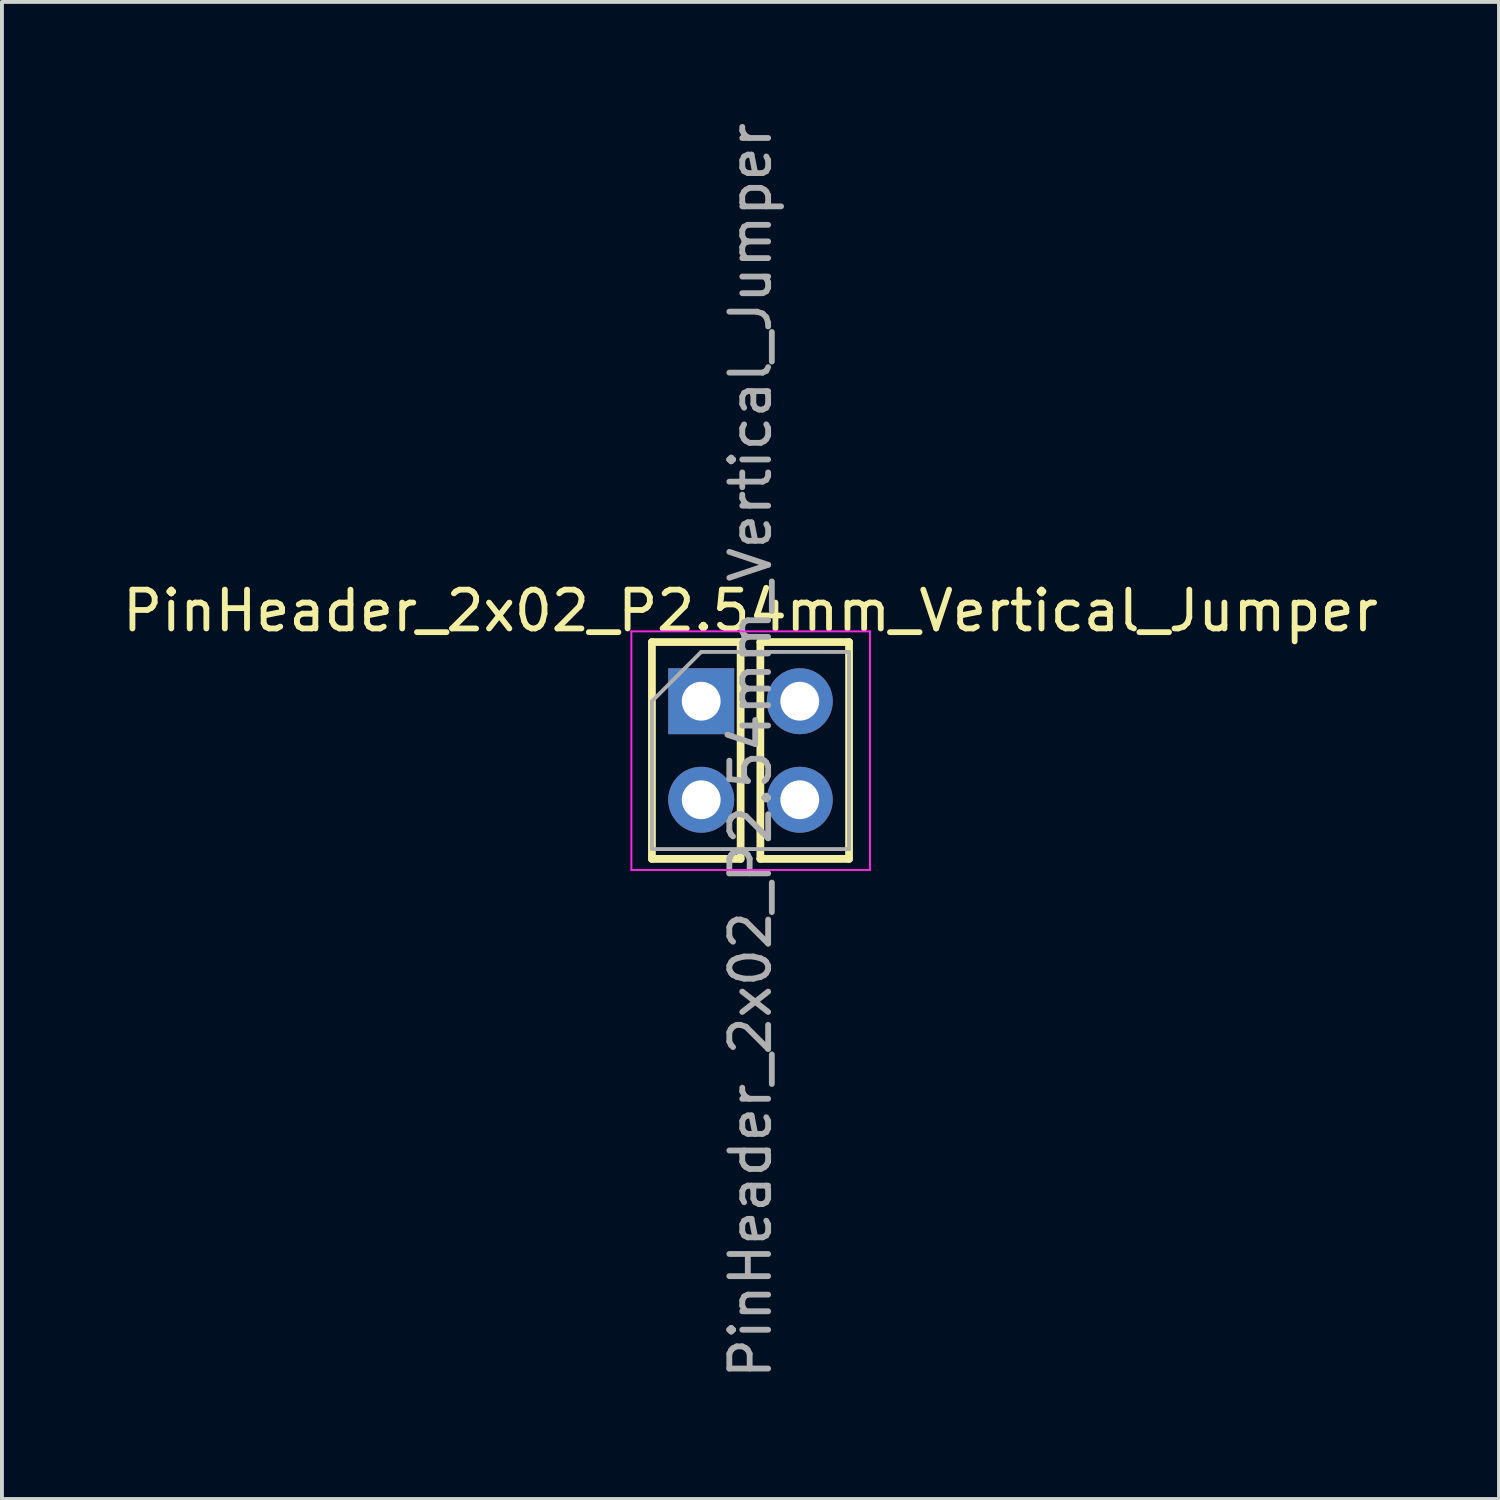
<source format=kicad_pcb>
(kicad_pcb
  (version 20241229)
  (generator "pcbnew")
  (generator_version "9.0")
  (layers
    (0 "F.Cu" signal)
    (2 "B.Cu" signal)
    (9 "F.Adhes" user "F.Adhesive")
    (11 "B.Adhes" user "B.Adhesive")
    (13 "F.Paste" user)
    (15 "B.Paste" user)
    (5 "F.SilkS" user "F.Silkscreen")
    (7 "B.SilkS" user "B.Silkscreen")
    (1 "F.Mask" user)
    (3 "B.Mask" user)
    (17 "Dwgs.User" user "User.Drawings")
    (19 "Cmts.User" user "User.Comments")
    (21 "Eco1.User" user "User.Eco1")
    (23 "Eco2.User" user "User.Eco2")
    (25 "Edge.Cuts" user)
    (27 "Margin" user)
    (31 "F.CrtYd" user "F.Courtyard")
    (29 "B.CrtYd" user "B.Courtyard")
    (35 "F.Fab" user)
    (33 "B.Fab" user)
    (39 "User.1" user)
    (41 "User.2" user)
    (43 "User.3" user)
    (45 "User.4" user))
  (footprint "PinHeader_2x02_P2.54mm_Vertical_Jumper"
    (layer "F.Cu")
    (at 15.022 15.022)
    (property "Reference" "PinHeader_2x02_P2.54mm_Vertical_Jumper" (at 1.27 -2.33 0) (layer "F.SilkS") (effects (font (size 1 1) (thickness 0.15))))
    (attr through_hole)
    (fp_line (start -1.27 -1.524) (end 1.016 -1.524) (stroke (width 0.2) (type solid)) (layer "F.SilkS"))
    (fp_line (start -1.27 4.064) (end -1.27 -1.524) (stroke (width 0.2) (type solid)) (layer "F.SilkS"))
    (fp_line (start 1.016 -1.524) (end 1.016 4.064) (stroke (width 0.2) (type solid)) (layer "F.SilkS"))
    (fp_line (start 1.016 4.064) (end -1.27 4.064) (stroke (width 0.2) (type solid)) (layer "F.SilkS"))
    (fp_line (start 1.524 -1.524) (end 1.524 4.064) (stroke (width 0.2) (type solid)) (layer "F.SilkS"))
    (fp_line (start 1.524 4.064) (end 3.81 4.064) (stroke (width 0.2) (type solid)) (layer "F.SilkS"))
    (fp_line (start 3.81 -1.524) (end 1.524 -1.524) (stroke (width 0.2) (type solid)) (layer "F.SilkS"))
    (fp_line (start 3.81 4.064) (end 3.81 -1.524) (stroke (width 0.2) (type solid)) (layer "F.SilkS"))
    (fp_line (start -1.8 -1.8) (end -1.8 4.35) (stroke (width 0.05) (type solid)) (layer "F.CrtYd"))
    (fp_line (start -1.8 4.35) (end 4.35 4.35) (stroke (width 0.05) (type solid)) (layer "F.CrtYd"))
    (fp_line (start 4.35 -1.8) (end -1.8 -1.8) (stroke (width 0.05) (type solid)) (layer "F.CrtYd"))
    (fp_line (start 4.35 4.35) (end 4.35 -1.8) (stroke (width 0.05) (type solid)) (layer "F.CrtYd"))
    (fp_line (start -1.27 0) (end 0 -1.27) (stroke (width 0.1) (type solid)) (layer "F.Fab"))
    (fp_line (start -1.27 3.81) (end -1.27 0) (stroke (width 0.1) (type solid)) (layer "F.Fab"))
    (fp_line (start 0 -1.27) (end 3.81 -1.27) (stroke (width 0.1) (type solid)) (layer "F.Fab"))
    (fp_line (start 3.81 -1.27) (end 3.81 3.81) (stroke (width 0.1) (type solid)) (layer "F.Fab"))
    (fp_line (start 3.81 3.81) (end -1.27 3.81) (stroke (width 0.1) (type solid)) (layer "F.Fab"))
    (fp_text user "${REFERENCE}" (at 1.27 1.27 90) (layer "F.Fab") (effects (font (size 1 1) (thickness 0.15))))
    (pad "1" thru_hole rect (at 0 0) (size 1.7 1.7) (drill 1) (layers "*.Cu" "*.Mask"))
    (pad "2" thru_hole oval (at 2.54 0) (size 1.7 1.7) (drill 1) (layers "*.Cu" "*.Mask"))
    (pad "3" thru_hole oval (at 0 2.54) (size 1.7 1.7) (drill 1) (layers "*.Cu" "*.Mask"))
    (pad "4" thru_hole oval (at 2.54 2.54) (size 1.7 1.7) (drill 1) (layers "*.Cu" "*.Mask")))
  (gr_rect
    (start -3 -3)
    (end 35.583 35.583)
    (stroke (width 0.1) (type default))
    (fill no)
    (layer "Edge.Cuts")))
</source>
